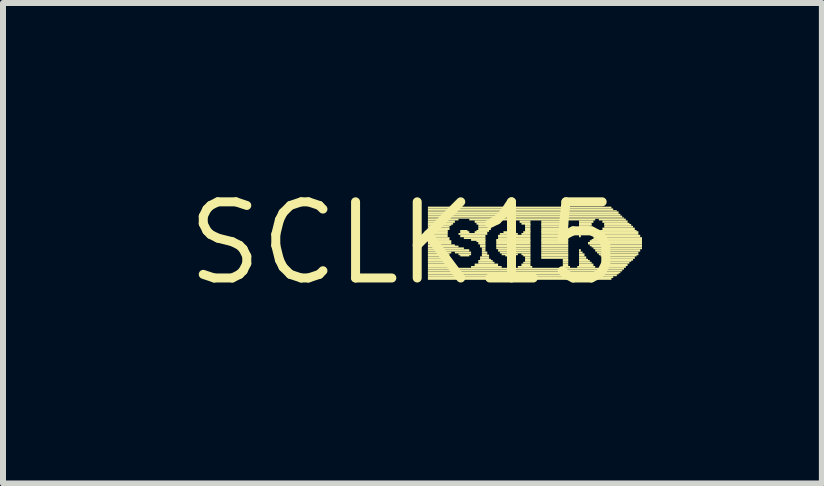
<source format=kicad_pcb>
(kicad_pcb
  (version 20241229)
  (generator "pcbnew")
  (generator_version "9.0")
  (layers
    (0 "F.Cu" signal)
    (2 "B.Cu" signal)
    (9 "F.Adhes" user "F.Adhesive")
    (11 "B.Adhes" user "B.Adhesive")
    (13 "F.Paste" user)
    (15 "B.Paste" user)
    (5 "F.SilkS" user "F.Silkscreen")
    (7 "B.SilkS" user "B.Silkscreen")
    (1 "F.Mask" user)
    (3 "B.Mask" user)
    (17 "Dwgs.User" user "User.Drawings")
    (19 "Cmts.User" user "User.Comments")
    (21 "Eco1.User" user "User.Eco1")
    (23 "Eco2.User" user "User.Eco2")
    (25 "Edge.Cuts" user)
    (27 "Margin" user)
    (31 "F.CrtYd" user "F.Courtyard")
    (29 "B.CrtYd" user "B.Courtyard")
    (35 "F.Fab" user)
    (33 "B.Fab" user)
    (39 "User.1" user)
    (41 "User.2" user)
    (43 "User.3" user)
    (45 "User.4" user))
  (footprint "SCLK15"
    (layer "F.Cu")
    (at 3.696 1.006)
    (property "Reference" "SCLK15" (at 0 0 0) (layer "F.SilkS") (effects (font (size 1.27 1.27) (thickness 0.15))))
    (attr through_hole)
    (fp_poly (pts (xy 0.39 -0.58) (xy 3.45 -0.58) (xy 3.45 -0.61) (xy 0.39 -0.61)) (stroke (width 0) (type solid)) (fill yes) (layer "F.SilkS"))
    (fp_poly (pts (xy 0.39 -0.55) (xy 3.48 -0.55) (xy 3.48 -0.58) (xy 0.39 -0.58)) (stroke (width 0) (type solid)) (fill yes) (layer "F.SilkS"))
    (fp_poly (pts (xy 0.39 -0.53) (xy 3.54 -0.53) (xy 3.54 -0.55) (xy 0.39 -0.55)) (stroke (width 0) (type solid)) (fill yes) (layer "F.SilkS"))
    (fp_poly (pts (xy 0.39 -0.49) (xy 3.57 -0.49) (xy 3.57 -0.53) (xy 0.39 -0.53)) (stroke (width 0) (type solid)) (fill yes) (layer "F.SilkS"))
    (fp_poly (pts (xy 0.39 -0.46) (xy 3.6 -0.46) (xy 3.6 -0.49) (xy 0.39 -0.49)) (stroke (width 0) (type solid)) (fill yes) (layer "F.SilkS"))
    (fp_poly (pts (xy 0.39 -0.43) (xy 3.63 -0.43) (xy 3.63 -0.46) (xy 0.39 -0.46)) (stroke (width 0) (type solid)) (fill yes) (layer "F.SilkS"))
    (fp_poly (pts (xy 0.39 -0.41) (xy 3.66 -0.41) (xy 3.66 -0.43) (xy 0.39 -0.43)) (stroke (width 0) (type solid)) (fill yes) (layer "F.SilkS"))
    (fp_poly (pts (xy 0.39 -0.38) (xy 0.9 -0.38) (xy 0.9 -0.41) (xy 0.39 -0.41)) (stroke (width 0) (type solid)) (fill yes) (layer "F.SilkS"))
    (fp_poly (pts (xy 0.39 -0.34) (xy 0.84 -0.34) (xy 0.84 -0.38) (xy 0.39 -0.38)) (stroke (width 0) (type solid)) (fill yes) (layer "F.SilkS"))
    (fp_poly (pts (xy 0.39 -0.31) (xy 0.81 -0.31) (xy 0.81 -0.34) (xy 0.39 -0.34)) (stroke (width 0) (type solid)) (fill yes) (layer "F.SilkS"))
    (fp_poly (pts (xy 0.39 -0.29) (xy 0.78 -0.29) (xy 0.78 -0.32) (xy 0.39 -0.32)) (stroke (width 0) (type solid)) (fill yes) (layer "F.SilkS"))
    (fp_poly (pts (xy 0.39 -0.26) (xy 0.75 -0.26) (xy 0.75 -0.29) (xy 0.39 -0.29)) (stroke (width 0) (type solid)) (fill yes) (layer "F.SilkS"))
    (fp_poly (pts (xy 0.39 -0.22) (xy 0.75 -0.22) (xy 0.75 -0.26) (xy 0.39 -0.26)) (stroke (width 0) (type solid)) (fill yes) (layer "F.SilkS"))
    (fp_poly (pts (xy 0.39 -0.19) (xy 0.72 -0.19) (xy 0.72 -0.22) (xy 0.39 -0.22)) (stroke (width 0) (type solid)) (fill yes) (layer "F.SilkS"))
    (fp_poly (pts (xy 0.39 -0.17) (xy 0.72 -0.17) (xy 0.72 -0.2) (xy 0.39 -0.2)) (stroke (width 0) (type solid)) (fill yes) (layer "F.SilkS"))
    (fp_poly (pts (xy 0.39 -0.14) (xy 0.72 -0.14) (xy 0.72 -0.17) (xy 0.39 -0.17)) (stroke (width 0) (type solid)) (fill yes) (layer "F.SilkS"))
    (fp_poly (pts (xy 0.39 -0.1) (xy 0.72 -0.1) (xy 0.72 -0.14) (xy 0.39 -0.14)) (stroke (width 0) (type solid)) (fill yes) (layer "F.SilkS"))
    (fp_poly (pts (xy 0.39 -0.07) (xy 0.75 -0.07) (xy 0.75 -0.1) (xy 0.39 -0.1)) (stroke (width 0) (type solid)) (fill yes) (layer "F.SilkS"))
    (fp_poly (pts (xy 0.39 -0.04) (xy 0.75 -0.04) (xy 0.75 -0.07) (xy 0.39 -0.07)) (stroke (width 0) (type solid)) (fill yes) (layer "F.SilkS"))
    (fp_poly (pts (xy 0.39 -0.02) (xy 0.78 -0.02) (xy 0.78 -0.05) (xy 0.39 -0.05)) (stroke (width 0) (type solid)) (fill yes) (layer "F.SilkS"))
    (fp_poly (pts (xy 0.39 0.02) (xy 0.78 0.02) (xy 0.78 -0.02) (xy 0.39 -0.02)) (stroke (width 0) (type solid)) (fill yes) (layer "F.SilkS"))
    (fp_poly (pts (xy 0.39 0.05) (xy 0.84 0.05) (xy 0.84 0.02) (xy 0.39 0.02)) (stroke (width 0) (type solid)) (fill yes) (layer "F.SilkS"))
    (fp_poly (pts (xy 0.39 0.07) (xy 0.9 0.07) (xy 0.9 0.04) (xy 0.39 0.04)) (stroke (width 0) (type solid)) (fill yes) (layer "F.SilkS"))
    (fp_poly (pts (xy 0.39 0.1) (xy 0.99 0.1) (xy 0.99 0.07) (xy 0.39 0.07)) (stroke (width 0) (type solid)) (fill yes) (layer "F.SilkS"))
    (fp_poly (pts (xy 0.39 0.14) (xy 1.08 0.14) (xy 1.08 0.1) (xy 0.39 0.1)) (stroke (width 0) (type solid)) (fill yes) (layer "F.SilkS"))
    (fp_poly (pts (xy 0.39 0.17) (xy 0.78 0.17) (xy 0.78 0.14) (xy 0.39 0.14)) (stroke (width 0) (type solid)) (fill yes) (layer "F.SilkS"))
    (fp_poly (pts (xy 0.39 0.2) (xy 0.75 0.2) (xy 0.75 0.17) (xy 0.39 0.17)) (stroke (width 0) (type solid)) (fill yes) (layer "F.SilkS"))
    (fp_poly (pts (xy 0.39 0.22) (xy 0.72 0.22) (xy 0.72 0.19) (xy 0.39 0.19)) (stroke (width 0) (type solid)) (fill yes) (layer "F.SilkS"))
    (fp_poly (pts (xy 0.39 0.26) (xy 0.72 0.26) (xy 0.72 0.22) (xy 0.39 0.22)) (stroke (width 0) (type solid)) (fill yes) (layer "F.SilkS"))
    (fp_poly (pts (xy 0.39 0.29) (xy 0.72 0.29) (xy 0.72 0.26) (xy 0.39 0.26)) (stroke (width 0) (type solid)) (fill yes) (layer "F.SilkS"))
    (fp_poly (pts (xy 0.39 0.31) (xy 0.75 0.31) (xy 0.75 0.28) (xy 0.39 0.28)) (stroke (width 0) (type solid)) (fill yes) (layer "F.SilkS"))
    (fp_poly (pts (xy 0.39 0.34) (xy 0.78 0.34) (xy 0.78 0.31) (xy 0.39 0.31)) (stroke (width 0) (type solid)) (fill yes) (layer "F.SilkS"))
    (fp_poly (pts (xy 0.39 0.38) (xy 0.81 0.38) (xy 0.81 0.34) (xy 0.39 0.34)) (stroke (width 0) (type solid)) (fill yes) (layer "F.SilkS"))
    (fp_poly (pts (xy 0.39 0.41) (xy 0.87 0.41) (xy 0.87 0.38) (xy 0.39 0.38)) (stroke (width 0) (type solid)) (fill yes) (layer "F.SilkS"))
    (fp_poly (pts (xy 0.39 0.44) (xy 3.66 0.44) (xy 3.66 0.41) (xy 0.39 0.41)) (stroke (width 0) (type solid)) (fill yes) (layer "F.SilkS"))
    (fp_poly (pts (xy 0.39 0.47) (xy 3.63 0.47) (xy 3.63 0.44) (xy 0.39 0.44)) (stroke (width 0) (type solid)) (fill yes) (layer "F.SilkS"))
    (fp_poly (pts (xy 0.39 0.5) (xy 3.6 0.5) (xy 3.6 0.47) (xy 0.39 0.47)) (stroke (width 0) (type solid)) (fill yes) (layer "F.SilkS"))
    (fp_poly (pts (xy 0.39 0.52) (xy 3.57 0.52) (xy 3.57 0.49) (xy 0.39 0.49)) (stroke (width 0) (type solid)) (fill yes) (layer "F.SilkS"))
    (fp_poly (pts (xy 0.39 0.55) (xy 3.54 0.55) (xy 3.54 0.52) (xy 0.39 0.52)) (stroke (width 0) (type solid)) (fill yes) (layer "F.SilkS"))
    (fp_poly (pts (xy 0.39 0.58) (xy 3.48 0.58) (xy 3.48 0.55) (xy 0.39 0.55)) (stroke (width 0) (type solid)) (fill yes) (layer "F.SilkS"))
    (fp_poly (pts (xy 0.39 0.61) (xy 3.45 0.61) (xy 3.45 0.58) (xy 0.39 0.58)) (stroke (width 0) (type solid)) (fill yes) (layer "F.SilkS"))
    (fp_poly (pts (xy 0.84 0.17) (xy 1.11 0.17) (xy 1.11 0.14) (xy 0.84 0.14)) (stroke (width 0) (type solid)) (fill yes) (layer "F.SilkS"))
    (fp_poly (pts (xy 0.9 -0.14) (xy 1.38 -0.14) (xy 1.38 -0.17) (xy 0.9 -0.17)) (stroke (width 0) (type solid)) (fill yes) (layer "F.SilkS"))
    (fp_poly (pts (xy 0.9 0.2) (xy 1.11 0.2) (xy 1.11 0.17) (xy 0.9 0.17)) (stroke (width 0) (type solid)) (fill yes) (layer "F.SilkS"))
    (fp_poly (pts (xy 0.93 -0.19) (xy 1.05 -0.19) (xy 1.05 -0.22) (xy 0.93 -0.22)) (stroke (width 0) (type solid)) (fill yes) (layer "F.SilkS"))
    (fp_poly (pts (xy 0.93 -0.17) (xy 1.08 -0.17) (xy 1.08 -0.2) (xy 0.93 -0.2)) (stroke (width 0) (type solid)) (fill yes) (layer "F.SilkS"))
    (fp_poly (pts (xy 0.93 -0.1) (xy 1.35 -0.1) (xy 1.35 -0.14) (xy 0.93 -0.14)) (stroke (width 0) (type solid)) (fill yes) (layer "F.SilkS"))
    (fp_poly (pts (xy 0.93 0.22) (xy 1.08 0.22) (xy 1.08 0.19) (xy 0.93 0.19)) (stroke (width 0) (type solid)) (fill yes) (layer "F.SilkS"))
    (fp_poly (pts (xy 0.99 -0.07) (xy 1.35 -0.07) (xy 1.35 -0.1) (xy 0.99 -0.1)) (stroke (width 0) (type solid)) (fill yes) (layer "F.SilkS"))
    (fp_poly (pts (xy 1.08 -0.38) (xy 1.71 -0.38) (xy 1.71 -0.41) (xy 1.08 -0.41)) (stroke (width 0) (type solid)) (fill yes) (layer "F.SilkS"))
    (fp_poly (pts (xy 1.11 -0.04) (xy 1.35 -0.04) (xy 1.35 -0.07) (xy 1.11 -0.07)) (stroke (width 0) (type solid)) (fill yes) (layer "F.SilkS"))
    (fp_poly (pts (xy 1.11 0.41) (xy 1.62 0.41) (xy 1.62 0.38) (xy 1.11 0.38)) (stroke (width 0) (type solid)) (fill yes) (layer "F.SilkS"))
    (fp_poly (pts (xy 1.17 -0.34) (xy 1.59 -0.34) (xy 1.59 -0.38) (xy 1.17 -0.38)) (stroke (width 0) (type solid)) (fill yes) (layer "F.SilkS"))
    (fp_poly (pts (xy 1.17 -0.17) (xy 1.38 -0.17) (xy 1.38 -0.2) (xy 1.17 -0.2)) (stroke (width 0) (type solid)) (fill yes) (layer "F.SilkS"))
    (fp_poly (pts (xy 1.17 0.38) (xy 1.56 0.38) (xy 1.56 0.34) (xy 1.17 0.34)) (stroke (width 0) (type solid)) (fill yes) (layer "F.SilkS"))
    (fp_poly (pts (xy 1.2 -0.31) (xy 1.53 -0.31) (xy 1.53 -0.34) (xy 1.2 -0.34)) (stroke (width 0) (type solid)) (fill yes) (layer "F.SilkS"))
    (fp_poly (pts (xy 1.2 -0.19) (xy 1.41 -0.19) (xy 1.41 -0.22) (xy 1.2 -0.22)) (stroke (width 0) (type solid)) (fill yes) (layer "F.SilkS"))
    (fp_poly (pts (xy 1.2 -0.02) (xy 1.35 -0.02) (xy 1.35 -0.05) (xy 1.2 -0.05)) (stroke (width 0) (type solid)) (fill yes) (layer "F.SilkS"))
    (fp_poly (pts (xy 1.23 -0.29) (xy 1.5 -0.29) (xy 1.5 -0.32) (xy 1.23 -0.32)) (stroke (width 0) (type solid)) (fill yes) (layer "F.SilkS"))
    (fp_poly (pts (xy 1.23 -0.26) (xy 1.44 -0.26) (xy 1.44 -0.29) (xy 1.23 -0.29)) (stroke (width 0) (type solid)) (fill yes) (layer "F.SilkS"))
    (fp_poly (pts (xy 1.23 -0.22) (xy 1.44 -0.22) (xy 1.44 -0.26) (xy 1.23 -0.26)) (stroke (width 0) (type solid)) (fill yes) (layer "F.SilkS"))
    (fp_poly (pts (xy 1.23 0.02) (xy 1.35 0.02) (xy 1.35 -0.02) (xy 1.23 -0.02)) (stroke (width 0) (type solid)) (fill yes) (layer "F.SilkS"))
    (fp_poly (pts (xy 1.23 0.31) (xy 1.47 0.31) (xy 1.47 0.28) (xy 1.23 0.28)) (stroke (width 0) (type solid)) (fill yes) (layer "F.SilkS"))
    (fp_poly (pts (xy 1.23 0.34) (xy 1.5 0.34) (xy 1.5 0.31) (xy 1.23 0.31)) (stroke (width 0) (type solid)) (fill yes) (layer "F.SilkS"))
    (fp_poly (pts (xy 1.26 0.05) (xy 1.35 0.05) (xy 1.35 0.02) (xy 1.26 0.02)) (stroke (width 0) (type solid)) (fill yes) (layer "F.SilkS"))
    (fp_poly (pts (xy 1.26 0.07) (xy 1.35 0.07) (xy 1.35 0.04) (xy 1.26 0.04)) (stroke (width 0) (type solid)) (fill yes) (layer "F.SilkS"))
    (fp_poly (pts (xy 1.26 0.26) (xy 1.41 0.26) (xy 1.41 0.22) (xy 1.26 0.22)) (stroke (width 0) (type solid)) (fill yes) (layer "F.SilkS"))
    (fp_poly (pts (xy 1.26 0.29) (xy 1.44 0.29) (xy 1.44 0.26) (xy 1.26 0.26)) (stroke (width 0) (type solid)) (fill yes) (layer "F.SilkS"))
    (fp_poly (pts (xy 1.29 0.1) (xy 1.35 0.1) (xy 1.35 0.07) (xy 1.29 0.07)) (stroke (width 0) (type solid)) (fill yes) (layer "F.SilkS"))
    (fp_poly (pts (xy 1.29 0.14) (xy 1.35 0.14) (xy 1.35 0.1) (xy 1.29 0.1)) (stroke (width 0) (type solid)) (fill yes) (layer "F.SilkS"))
    (fp_poly (pts (xy 1.29 0.17) (xy 1.38 0.17) (xy 1.38 0.14) (xy 1.29 0.14)) (stroke (width 0) (type solid)) (fill yes) (layer "F.SilkS"))
    (fp_poly (pts (xy 1.29 0.2) (xy 1.38 0.2) (xy 1.38 0.17) (xy 1.29 0.17)) (stroke (width 0) (type solid)) (fill yes) (layer "F.SilkS"))
    (fp_poly (pts (xy 1.29 0.22) (xy 1.41 0.22) (xy 1.41 0.19) (xy 1.29 0.19)) (stroke (width 0) (type solid)) (fill yes) (layer "F.SilkS"))
    (fp_poly (pts (xy 1.53 -0.04) (xy 2.1 -0.04) (xy 2.1 -0.07) (xy 1.53 -0.07)) (stroke (width 0) (type solid)) (fill yes) (layer "F.SilkS"))
    (fp_poly (pts (xy 1.53 -0.02) (xy 2.1 -0.02) (xy 2.1 -0.05) (xy 1.53 -0.05)) (stroke (width 0) (type solid)) (fill yes) (layer "F.SilkS"))
    (fp_poly (pts (xy 1.53 0.02) (xy 2.1 0.02) (xy 2.1 -0.02) (xy 1.53 -0.02)) (stroke (width 0) (type solid)) (fill yes) (layer "F.SilkS"))
    (fp_poly (pts (xy 1.53 0.05) (xy 2.1 0.05) (xy 2.1 0.02) (xy 1.53 0.02)) (stroke (width 0) (type solid)) (fill yes) (layer "F.SilkS"))
    (fp_poly (pts (xy 1.53 0.07) (xy 2.1 0.07) (xy 2.1 0.04) (xy 1.53 0.04)) (stroke (width 0) (type solid)) (fill yes) (layer "F.SilkS"))
    (fp_poly (pts (xy 1.53 0.1) (xy 2.1 0.1) (xy 2.1 0.07) (xy 1.53 0.07)) (stroke (width 0) (type solid)) (fill yes) (layer "F.SilkS"))
    (fp_poly (pts (xy 1.56 -0.1) (xy 2.1 -0.1) (xy 2.1 -0.14) (xy 1.56 -0.14)) (stroke (width 0) (type solid)) (fill yes) (layer "F.SilkS"))
    (fp_poly (pts (xy 1.56 -0.07) (xy 2.1 -0.07) (xy 2.1 -0.1) (xy 1.56 -0.1)) (stroke (width 0) (type solid)) (fill yes) (layer "F.SilkS"))
    (fp_poly (pts (xy 1.56 0.14) (xy 2.1 0.14) (xy 2.1 0.1) (xy 1.56 0.1)) (stroke (width 0) (type solid)) (fill yes) (layer "F.SilkS"))
    (fp_poly (pts (xy 1.59 -0.14) (xy 1.89 -0.14) (xy 1.89 -0.17) (xy 1.59 -0.17)) (stroke (width 0) (type solid)) (fill yes) (layer "F.SilkS"))
    (fp_poly (pts (xy 1.59 0.17) (xy 2.1 0.17) (xy 2.1 0.14) (xy 1.59 0.14)) (stroke (width 0) (type solid)) (fill yes) (layer "F.SilkS"))
    (fp_poly (pts (xy 1.62 0.2) (xy 1.89 0.2) (xy 1.89 0.17) (xy 1.62 0.17)) (stroke (width 0) (type solid)) (fill yes) (layer "F.SilkS"))
    (fp_poly (pts (xy 1.65 -0.17) (xy 1.86 -0.17) (xy 1.86 -0.2) (xy 1.65 -0.2)) (stroke (width 0) (type solid)) (fill yes) (layer "F.SilkS"))
    (fp_poly (pts (xy 1.68 0.22) (xy 1.83 0.22) (xy 1.83 0.19) (xy 1.68 0.19)) (stroke (width 0) (type solid)) (fill yes) (layer "F.SilkS"))
    (fp_poly (pts (xy 1.8 -0.38) (xy 3.18 -0.38) (xy 3.18 -0.41) (xy 1.8 -0.41)) (stroke (width 0) (type solid)) (fill yes) (layer "F.SilkS"))
    (fp_poly (pts (xy 1.89 0.41) (xy 2.13 0.41) (xy 2.13 0.38) (xy 1.89 0.38)) (stroke (width 0) (type solid)) (fill yes) (layer "F.SilkS"))
    (fp_poly (pts (xy 1.92 -0.34) (xy 2.1 -0.34) (xy 2.1 -0.38) (xy 1.92 -0.38)) (stroke (width 0) (type solid)) (fill yes) (layer "F.SilkS"))
    (fp_poly (pts (xy 1.95 -0.31) (xy 2.1 -0.31) (xy 2.1 -0.34) (xy 1.95 -0.34)) (stroke (width 0) (type solid)) (fill yes) (layer "F.SilkS"))
    (fp_poly (pts (xy 1.95 -0.14) (xy 2.1 -0.14) (xy 2.1 -0.17) (xy 1.95 -0.17)) (stroke (width 0) (type solid)) (fill yes) (layer "F.SilkS"))
    (fp_poly (pts (xy 1.95 0.2) (xy 2.1 0.2) (xy 2.1 0.17) (xy 1.95 0.17)) (stroke (width 0) (type solid)) (fill yes) (layer "F.SilkS"))
    (fp_poly (pts (xy 1.95 0.38) (xy 2.1 0.38) (xy 2.1 0.34) (xy 1.95 0.34)) (stroke (width 0) (type solid)) (fill yes) (layer "F.SilkS"))
    (fp_poly (pts (xy 1.98 -0.17) (xy 2.1 -0.17) (xy 2.1 -0.2) (xy 1.98 -0.2)) (stroke (width 0) (type solid)) (fill yes) (layer "F.SilkS"))
    (fp_poly (pts (xy 1.98 0.22) (xy 2.1 0.22) (xy 2.1 0.19) (xy 1.98 0.19)) (stroke (width 0) (type solid)) (fill yes) (layer "F.SilkS"))
    (fp_poly (pts (xy 1.98 0.34) (xy 2.1 0.34) (xy 2.1 0.31) (xy 1.98 0.31)) (stroke (width 0) (type solid)) (fill yes) (layer "F.SilkS"))
    (fp_poly (pts (xy 2.01 -0.29) (xy 2.1 -0.29) (xy 2.1 -0.32) (xy 2.01 -0.32)) (stroke (width 0) (type solid)) (fill yes) (layer "F.SilkS"))
    (fp_poly (pts (xy 2.01 -0.26) (xy 2.1 -0.26) (xy 2.1 -0.29) (xy 2.01 -0.29)) (stroke (width 0) (type solid)) (fill yes) (layer "F.SilkS"))
    (fp_poly (pts (xy 2.01 -0.22) (xy 2.1 -0.22) (xy 2.1 -0.26) (xy 2.01 -0.26)) (stroke (width 0) (type solid)) (fill yes) (layer "F.SilkS"))
    (fp_poly (pts (xy 2.01 -0.19) (xy 2.1 -0.19) (xy 2.1 -0.22) (xy 2.01 -0.22)) (stroke (width 0) (type solid)) (fill yes) (layer "F.SilkS"))
    (fp_poly (pts (xy 2.01 0.26) (xy 2.1 0.26) (xy 2.1 0.22) (xy 2.01 0.22)) (stroke (width 0) (type solid)) (fill yes) (layer "F.SilkS"))
    (fp_poly (pts (xy 2.01 0.29) (xy 2.1 0.29) (xy 2.1 0.26) (xy 2.01 0.26)) (stroke (width 0) (type solid)) (fill yes) (layer "F.SilkS"))
    (fp_poly (pts (xy 2.01 0.31) (xy 2.1 0.31) (xy 2.1 0.28) (xy 2.01 0.28)) (stroke (width 0) (type solid)) (fill yes) (layer "F.SilkS"))
    (fp_poly (pts (xy 2.28 -0.34) (xy 2.73 -0.34) (xy 2.73 -0.38) (xy 2.28 -0.38)) (stroke (width 0) (type solid)) (fill yes) (layer "F.SilkS"))
    (fp_poly (pts (xy 2.28 -0.31) (xy 2.73 -0.31) (xy 2.73 -0.34) (xy 2.28 -0.34)) (stroke (width 0) (type solid)) (fill yes) (layer "F.SilkS"))
    (fp_poly (pts (xy 2.28 -0.29) (xy 2.73 -0.29) (xy 2.73 -0.32) (xy 2.28 -0.32)) (stroke (width 0) (type solid)) (fill yes) (layer "F.SilkS"))
    (fp_poly (pts (xy 2.28 -0.26) (xy 2.73 -0.26) (xy 2.73 -0.29) (xy 2.28 -0.29)) (stroke (width 0) (type solid)) (fill yes) (layer "F.SilkS"))
    (fp_poly (pts (xy 2.28 -0.22) (xy 2.73 -0.22) (xy 2.73 -0.26) (xy 2.28 -0.26)) (stroke (width 0) (type solid)) (fill yes) (layer "F.SilkS"))
    (fp_poly (pts (xy 2.28 -0.19) (xy 2.73 -0.19) (xy 2.73 -0.22) (xy 2.28 -0.22)) (stroke (width 0) (type solid)) (fill yes) (layer "F.SilkS"))
    (fp_poly (pts (xy 2.28 -0.17) (xy 2.73 -0.17) (xy 2.73 -0.2) (xy 2.28 -0.2)) (stroke (width 0) (type solid)) (fill yes) (layer "F.SilkS"))
    (fp_poly (pts (xy 2.28 -0.14) (xy 2.73 -0.14) (xy 2.73 -0.17) (xy 2.28 -0.17)) (stroke (width 0) (type solid)) (fill yes) (layer "F.SilkS"))
    (fp_poly (pts (xy 2.28 -0.1) (xy 2.73 -0.1) (xy 2.73 -0.14) (xy 2.28 -0.14)) (stroke (width 0) (type solid)) (fill yes) (layer "F.SilkS"))
    (fp_poly (pts (xy 2.28 -0.07) (xy 2.73 -0.07) (xy 2.73 -0.1) (xy 2.28 -0.1)) (stroke (width 0) (type solid)) (fill yes) (layer "F.SilkS"))
    (fp_poly (pts (xy 2.28 -0.04) (xy 2.73 -0.04) (xy 2.73 -0.07) (xy 2.28 -0.07)) (stroke (width 0) (type solid)) (fill yes) (layer "F.SilkS"))
    (fp_poly (pts (xy 2.28 -0.02) (xy 2.73 -0.02) (xy 2.73 -0.05) (xy 2.28 -0.05)) (stroke (width 0) (type solid)) (fill yes) (layer "F.SilkS"))
    (fp_poly (pts (xy 2.28 0.02) (xy 2.73 0.02) (xy 2.73 -0.02) (xy 2.28 -0.02)) (stroke (width 0) (type solid)) (fill yes) (layer "F.SilkS"))
    (fp_poly (pts (xy 2.28 0.05) (xy 2.73 0.05) (xy 2.73 0.02) (xy 2.28 0.02)) (stroke (width 0) (type solid)) (fill yes) (layer "F.SilkS"))
    (fp_poly (pts (xy 2.28 0.07) (xy 2.73 0.07) (xy 2.73 0.04) (xy 2.28 0.04)) (stroke (width 0) (type solid)) (fill yes) (layer "F.SilkS"))
    (fp_poly (pts (xy 2.28 0.1) (xy 2.73 0.1) (xy 2.73 0.07) (xy 2.28 0.07)) (stroke (width 0) (type solid)) (fill yes) (layer "F.SilkS"))
    (fp_poly (pts (xy 2.28 0.14) (xy 2.73 0.14) (xy 2.73 0.1) (xy 2.28 0.1)) (stroke (width 0) (type solid)) (fill yes) (layer "F.SilkS"))
    (fp_poly (pts (xy 2.28 0.17) (xy 2.73 0.17) (xy 2.73 0.14) (xy 2.28 0.14)) (stroke (width 0) (type solid)) (fill yes) (layer "F.SilkS"))
    (fp_poly (pts (xy 2.28 0.2) (xy 2.73 0.2) (xy 2.73 0.17) (xy 2.28 0.17)) (stroke (width 0) (type solid)) (fill yes) (layer "F.SilkS"))
    (fp_poly (pts (xy 2.28 0.22) (xy 2.73 0.22) (xy 2.73 0.19) (xy 2.28 0.19)) (stroke (width 0) (type solid)) (fill yes) (layer "F.SilkS"))
    (fp_poly (pts (xy 2.28 0.26) (xy 2.73 0.26) (xy 2.73 0.22) (xy 2.28 0.22)) (stroke (width 0) (type solid)) (fill yes) (layer "F.SilkS"))
    (fp_poly (pts (xy 2.64 0.29) (xy 2.73 0.29) (xy 2.73 0.26) (xy 2.64 0.26)) (stroke (width 0) (type solid)) (fill yes) (layer "F.SilkS"))
    (fp_poly (pts (xy 2.64 0.31) (xy 2.73 0.31) (xy 2.73 0.28) (xy 2.64 0.28)) (stroke (width 0) (type solid)) (fill yes) (layer "F.SilkS"))
    (fp_poly (pts (xy 2.64 0.34) (xy 2.73 0.34) (xy 2.73 0.31) (xy 2.64 0.31)) (stroke (width 0) (type solid)) (fill yes) (layer "F.SilkS"))
    (fp_poly (pts (xy 2.64 0.38) (xy 2.73 0.38) (xy 2.73 0.34) (xy 2.64 0.34)) (stroke (width 0) (type solid)) (fill yes) (layer "F.SilkS"))
    (fp_poly (pts (xy 2.64 0.41) (xy 2.76 0.41) (xy 2.76 0.38) (xy 2.64 0.38)) (stroke (width 0) (type solid)) (fill yes) (layer "F.SilkS"))
    (fp_poly (pts (xy 2.88 0.41) (xy 3.18 0.41) (xy 3.18 0.38) (xy 2.88 0.38)) (stroke (width 0) (type solid)) (fill yes) (layer "F.SilkS"))
    (fp_poly (pts (xy 2.91 -0.34) (xy 3.15 -0.34) (xy 3.15 -0.38) (xy 2.91 -0.38)) (stroke (width 0) (type solid)) (fill yes) (layer "F.SilkS"))
    (fp_poly (pts (xy 2.91 -0.31) (xy 3.12 -0.31) (xy 3.12 -0.34) (xy 2.91 -0.34)) (stroke (width 0) (type solid)) (fill yes) (layer "F.SilkS"))
    (fp_poly (pts (xy 2.91 -0.29) (xy 3.12 -0.29) (xy 3.12 -0.32) (xy 2.91 -0.32)) (stroke (width 0) (type solid)) (fill yes) (layer "F.SilkS"))
    (fp_poly (pts (xy 2.91 -0.26) (xy 3.09 -0.26) (xy 3.09 -0.29) (xy 2.91 -0.29)) (stroke (width 0) (type solid)) (fill yes) (layer "F.SilkS"))
    (fp_poly (pts (xy 2.91 -0.22) (xy 3.06 -0.22) (xy 3.06 -0.26) (xy 2.91 -0.26)) (stroke (width 0) (type solid)) (fill yes) (layer "F.SilkS"))
    (fp_poly (pts (xy 2.91 -0.19) (xy 3.03 -0.19) (xy 3.03 -0.22) (xy 2.91 -0.22)) (stroke (width 0) (type solid)) (fill yes) (layer "F.SilkS"))
    (fp_poly (pts (xy 2.91 -0.17) (xy 3 -0.17) (xy 3 -0.2) (xy 2.91 -0.2)) (stroke (width 0) (type solid)) (fill yes) (layer "F.SilkS"))
    (fp_poly (pts (xy 2.91 -0.14) (xy 2.97 -0.14) (xy 2.97 -0.17) (xy 2.91 -0.17)) (stroke (width 0) (type solid)) (fill yes) (layer "F.SilkS"))
    (fp_poly (pts (xy 2.91 -0.1) (xy 2.94 -0.1) (xy 2.94 -0.14) (xy 2.91 -0.14)) (stroke (width 0) (type solid)) (fill yes) (layer "F.SilkS"))
    (fp_poly (pts (xy 2.91 0.14) (xy 2.94 0.14) (xy 2.94 0.1) (xy 2.91 0.1)) (stroke (width 0) (type solid)) (fill yes) (layer "F.SilkS"))
    (fp_poly (pts (xy 2.91 0.17) (xy 2.97 0.17) (xy 2.97 0.14) (xy 2.91 0.14)) (stroke (width 0) (type solid)) (fill yes) (layer "F.SilkS"))
    (fp_poly (pts (xy 2.91 0.2) (xy 3 0.2) (xy 3 0.17) (xy 2.91 0.17)) (stroke (width 0) (type solid)) (fill yes) (layer "F.SilkS"))
    (fp_poly (pts (xy 2.91 0.22) (xy 3 0.22) (xy 3 0.19) (xy 2.91 0.19)) (stroke (width 0) (type solid)) (fill yes) (layer "F.SilkS"))
    (fp_poly (pts (xy 2.91 0.26) (xy 3.03 0.26) (xy 3.03 0.22) (xy 2.91 0.22)) (stroke (width 0) (type solid)) (fill yes) (layer "F.SilkS"))
    (fp_poly (pts (xy 2.91 0.29) (xy 3.06 0.29) (xy 3.06 0.26) (xy 2.91 0.26)) (stroke (width 0) (type solid)) (fill yes) (layer "F.SilkS"))
    (fp_poly (pts (xy 2.91 0.31) (xy 3.09 0.31) (xy 3.09 0.28) (xy 2.91 0.28)) (stroke (width 0) (type solid)) (fill yes) (layer "F.SilkS"))
    (fp_poly (pts (xy 2.91 0.34) (xy 3.12 0.34) (xy 3.12 0.31) (xy 2.91 0.31)) (stroke (width 0) (type solid)) (fill yes) (layer "F.SilkS"))
    (fp_poly (pts (xy 2.91 0.38) (xy 3.15 0.38) (xy 3.15 0.34) (xy 2.91 0.34)) (stroke (width 0) (type solid)) (fill yes) (layer "F.SilkS"))
    (fp_poly (pts (xy 3.06 0.02) (xy 3.96 0.02) (xy 3.96 -0.02) (xy 3.06 -0.02)) (stroke (width 0) (type solid)) (fill yes) (layer "F.SilkS"))
    (fp_poly (pts (xy 3.09 -0.02) (xy 3.96 -0.02) (xy 3.96 -0.05) (xy 3.09 -0.05)) (stroke (width 0) (type solid)) (fill yes) (layer "F.SilkS"))
    (fp_poly (pts (xy 3.09 0.05) (xy 3.96 0.05) (xy 3.96 0.02) (xy 3.09 0.02)) (stroke (width 0) (type solid)) (fill yes) (layer "F.SilkS"))
    (fp_poly (pts (xy 3.12 -0.04) (xy 3.96 -0.04) (xy 3.96 -0.07) (xy 3.12 -0.07)) (stroke (width 0) (type solid)) (fill yes) (layer "F.SilkS"))
    (fp_poly (pts (xy 3.12 0.07) (xy 3.96 0.07) (xy 3.96 0.04) (xy 3.12 0.04)) (stroke (width 0) (type solid)) (fill yes) (layer "F.SilkS"))
    (fp_poly (pts (xy 3.15 -0.07) (xy 3.96 -0.07) (xy 3.96 -0.1) (xy 3.15 -0.1)) (stroke (width 0) (type solid)) (fill yes) (layer "F.SilkS"))
    (fp_poly (pts (xy 3.15 0.1) (xy 3.96 0.1) (xy 3.96 0.07) (xy 3.15 0.07)) (stroke (width 0) (type solid)) (fill yes) (layer "F.SilkS"))
    (fp_poly (pts (xy 3.18 -0.1) (xy 3.93 -0.1) (xy 3.93 -0.14) (xy 3.18 -0.14)) (stroke (width 0) (type solid)) (fill yes) (layer "F.SilkS"))
    (fp_poly (pts (xy 3.18 0.14) (xy 3.93 0.14) (xy 3.93 0.1) (xy 3.18 0.1)) (stroke (width 0) (type solid)) (fill yes) (layer "F.SilkS"))
    (fp_poly (pts (xy 3.21 -0.14) (xy 3.9 -0.14) (xy 3.9 -0.17) (xy 3.21 -0.17)) (stroke (width 0) (type solid)) (fill yes) (layer "F.SilkS"))
    (fp_poly (pts (xy 3.21 0.17) (xy 3.9 0.17) (xy 3.9 0.14) (xy 3.21 0.14)) (stroke (width 0) (type solid)) (fill yes) (layer "F.SilkS"))
    (fp_poly (pts (xy 3.24 -0.38) (xy 3.69 -0.38) (xy 3.69 -0.41) (xy 3.24 -0.41)) (stroke (width 0) (type solid)) (fill yes) (layer "F.SilkS"))
    (fp_poly (pts (xy 3.24 -0.17) (xy 3.9 -0.17) (xy 3.9 -0.2) (xy 3.24 -0.2)) (stroke (width 0) (type solid)) (fill yes) (layer "F.SilkS"))
    (fp_poly (pts (xy 3.24 0.2) (xy 3.9 0.2) (xy 3.9 0.17) (xy 3.24 0.17)) (stroke (width 0) (type solid)) (fill yes) (layer "F.SilkS"))
    (fp_poly (pts (xy 3.27 -0.19) (xy 3.87 -0.19) (xy 3.87 -0.22) (xy 3.27 -0.22)) (stroke (width 0) (type solid)) (fill yes) (layer "F.SilkS"))
    (fp_poly (pts (xy 3.27 0.22) (xy 3.87 0.22) (xy 3.87 0.19) (xy 3.27 0.19)) (stroke (width 0) (type solid)) (fill yes) (layer "F.SilkS"))
    (fp_poly (pts (xy 3.27 0.41) (xy 3.69 0.41) (xy 3.69 0.38) (xy 3.27 0.38)) (stroke (width 0) (type solid)) (fill yes) (layer "F.SilkS"))
    (fp_poly (pts (xy 3.3 -0.34) (xy 3.72 -0.34) (xy 3.72 -0.38) (xy 3.3 -0.38)) (stroke (width 0) (type solid)) (fill yes) (layer "F.SilkS"))
    (fp_poly (pts (xy 3.3 -0.22) (xy 3.84 -0.22) (xy 3.84 -0.26) (xy 3.3 -0.26)) (stroke (width 0) (type solid)) (fill yes) (layer "F.SilkS"))
    (fp_poly (pts (xy 3.3 0.26) (xy 3.84 0.26) (xy 3.84 0.22) (xy 3.3 0.22)) (stroke (width 0) (type solid)) (fill yes) (layer "F.SilkS"))
    (fp_poly (pts (xy 3.3 0.29) (xy 3.81 0.29) (xy 3.81 0.26) (xy 3.3 0.26)) (stroke (width 0) (type solid)) (fill yes) (layer "F.SilkS"))
    (fp_poly (pts (xy 3.3 0.38) (xy 3.72 0.38) (xy 3.72 0.34) (xy 3.3 0.34)) (stroke (width 0) (type solid)) (fill yes) (layer "F.SilkS"))
    (fp_poly (pts (xy 3.33 -0.31) (xy 3.75 -0.31) (xy 3.75 -0.34) (xy 3.33 -0.34)) (stroke (width 0) (type solid)) (fill yes) (layer "F.SilkS"))
    (fp_poly (pts (xy 3.33 -0.29) (xy 3.78 -0.29) (xy 3.78 -0.32) (xy 3.33 -0.32)) (stroke (width 0) (type solid)) (fill yes) (layer "F.SilkS"))
    (fp_poly (pts (xy 3.33 -0.26) (xy 3.81 -0.26) (xy 3.81 -0.29) (xy 3.33 -0.29)) (stroke (width 0) (type solid)) (fill yes) (layer "F.SilkS"))
    (fp_poly (pts (xy 3.33 0.31) (xy 3.78 0.31) (xy 3.78 0.28) (xy 3.33 0.28)) (stroke (width 0) (type solid)) (fill yes) (layer "F.SilkS"))
    (fp_poly (pts (xy 3.33 0.34) (xy 3.75 0.34) (xy 3.75 0.31) (xy 3.33 0.31)) (stroke (width 0) (type solid)) (fill yes) (layer "F.SilkS")))
  (gr_rect
    (start -3 -3)
    (end 10.656 5.012)
    (stroke (width 0.1) (type default))
    (fill no)
    (layer "Edge.Cuts")))
</source>
